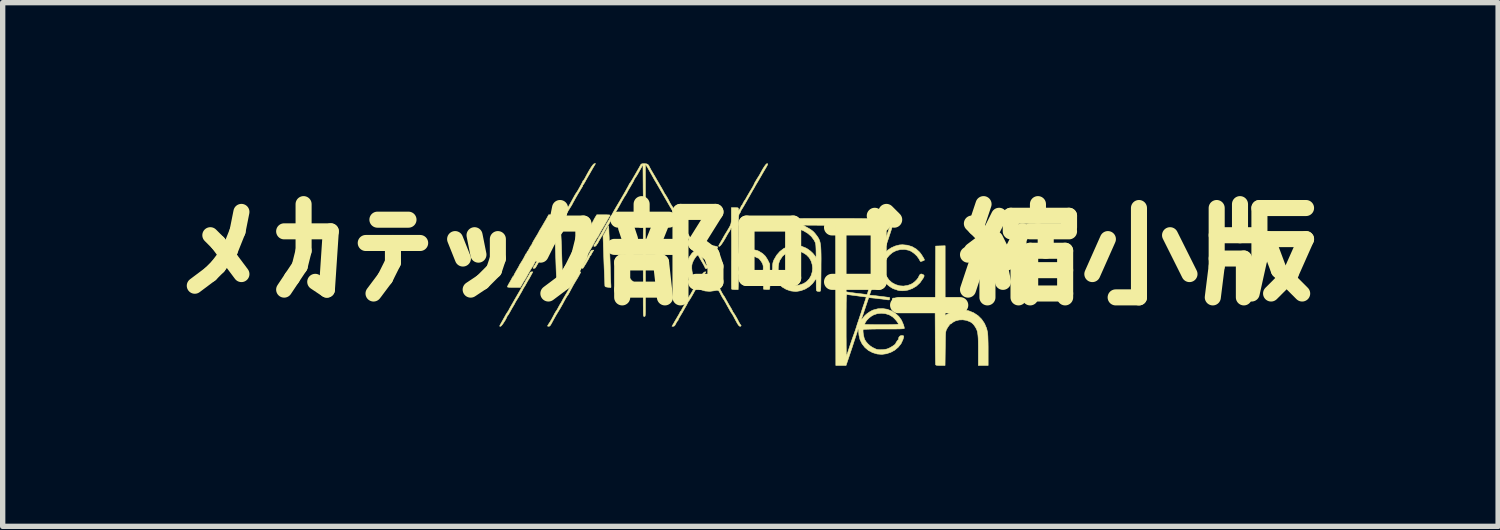
<source format=kicad_pcb>
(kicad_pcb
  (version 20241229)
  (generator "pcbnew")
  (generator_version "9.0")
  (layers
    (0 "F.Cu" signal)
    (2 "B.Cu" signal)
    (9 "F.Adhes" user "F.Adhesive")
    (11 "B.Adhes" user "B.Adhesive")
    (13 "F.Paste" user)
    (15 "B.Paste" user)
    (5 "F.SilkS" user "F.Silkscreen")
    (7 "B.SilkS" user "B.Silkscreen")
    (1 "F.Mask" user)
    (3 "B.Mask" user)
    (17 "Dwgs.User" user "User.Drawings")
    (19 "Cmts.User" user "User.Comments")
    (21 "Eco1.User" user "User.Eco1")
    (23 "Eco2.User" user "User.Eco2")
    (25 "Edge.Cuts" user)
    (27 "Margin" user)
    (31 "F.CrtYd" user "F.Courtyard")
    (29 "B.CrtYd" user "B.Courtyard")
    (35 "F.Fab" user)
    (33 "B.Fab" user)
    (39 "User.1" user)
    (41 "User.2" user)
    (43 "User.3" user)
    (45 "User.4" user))
  (footprint "メカテック部ロゴ_縮小版"
    (layer "F.Cu")
    (at 10.966 1.815)
    (property "Reference" "メカテック部ロゴ_縮小版" (at 0 0 0) (layer "F.SilkS") (effects (font (size 1.524 1.524) (thickness 0.3))))
    (attr through_hole)
    (fp_poly (pts (xy -3.204 -0.474) (xy -3.203 -0.462) (xy -3.204 -0.461) (xy -3.21 -0.462) (xy -3.211 -0.467) (xy -3.207 -0.476) (xy -3.204 -0.474)) (stroke (width 0.01) (type solid)) (fill yes) (layer "F.SilkS"))
    (fp_poly (pts (xy -0.085 0.36) (xy -0.063 0.367) (xy -0.045 0.372) (xy -0.026 0.38) (xy -0.02 0.387) (xy -0.022 0.394) (xy -0.031 0.394) (xy -0.053 0.389) (xy -0.069 0.384) (xy -0.091 0.374) (xy -0.101 0.364) (xy -0.102 0.363) (xy -0.094 0.358) (xy -0.085 0.36)) (stroke (width 0.01) (type solid)) (fill yes) (layer "F.SilkS"))
    (fp_poly (pts (xy -1.971 -0.984) (xy -1.965 -0.978) (xy -1.963 -0.963) (xy -1.962 -0.936) (xy -1.963 -0.892) (xy -1.963 -0.887) (xy -1.966 -0.834) (xy -1.971 -0.8) (xy -1.979 -0.784) (xy -1.99 -0.785) (xy -1.995 -0.789) (xy -1.998 -0.801) (xy -2 -0.83) (xy -2.001 -0.868) (xy -2.002 -0.891) (xy -2.001 -0.935) (xy -2 -0.963) (xy -1.996 -0.978) (xy -1.99 -0.984) (xy -1.981 -0.986) (xy -1.971 -0.984)) (stroke (width 0.01) (type solid)) (fill yes) (layer "F.SilkS"))
    (fp_poly (pts (xy 2.323 0.297) (xy 2.33 0.307) (xy 2.332 0.322) (xy 2.326 0.345) (xy 2.316 0.377) (xy 2.302 0.418) (xy 2.291 0.444) (xy 2.282 0.457) (xy 2.273 0.461) (xy 2.263 0.459) (xy 2.251 0.455) (xy 2.247 0.447) (xy 2.25 0.429) (xy 2.26 0.399) (xy 2.266 0.384) (xy 2.277 0.351) (xy 2.284 0.324) (xy 2.286 0.313) (xy 2.293 0.293) (xy 2.309 0.288) (xy 2.323 0.297)) (stroke (width 0.01) (type solid)) (fill yes) (layer "F.SilkS"))
    (fp_poly (pts (xy 2.701 0.703) (xy 2.727 0.705) (xy 2.776 0.71) (xy 2.809 0.715) (xy 2.827 0.723) (xy 2.833 0.733) (xy 2.833 0.74) (xy 2.822 0.752) (xy 2.801 0.76) (xy 2.78 0.762) (xy 2.773 0.758) (xy 2.761 0.755) (xy 2.735 0.752) (xy 2.71 0.75) (xy 2.677 0.748) (xy 2.66 0.743) (xy 2.653 0.734) (xy 2.652 0.723) (xy 2.653 0.711) (xy 2.658 0.705) (xy 2.673 0.702) (xy 2.701 0.703)) (stroke (width 0.01) (type solid)) (fill yes) (layer "F.SilkS"))
    (fp_poly (pts (xy -2.951 -0.153) (xy -2.967 -0.126) (xy -2.976 -0.107) (xy -2.977 -0.102) (xy -2.984 -0.092) (xy -2.986 -0.091) (xy -2.996 -0.083) (xy -3.003 -0.069) (xy -3.011 -0.052) (xy -3.026 -0.023) (xy -3.047 0.013) (xy -3.069 0.052) (xy -3.092 0.089) (xy -3.111 0.12) (xy -3.124 0.14) (xy -3.128 0.144) (xy -3.142 0.147) (xy -3.146 0.145) (xy -3.154 0.134) (xy -3.148 0.113) (xy -3.134 0.091) (xy -3.123 0.075) (xy -3.106 0.047) (xy -3.088 0.015) (xy -3.066 -0.024) (xy -3.045 -0.062) (xy -3.031 -0.086) (xy -3.012 -0.12) (xy -2.994 -0.153) (xy -2.99 -0.16) (xy -2.971 -0.186) (xy -2.949 -0.193) (xy -2.926 -0.193) (xy -2.951 -0.153)) (stroke (width 0.01) (type solid)) (fill yes) (layer "F.SilkS"))
    (fp_poly (pts (xy -3.839 -0.191) (xy -3.836 -0.184) (xy -3.841 -0.169) (xy -3.855 -0.143) (xy -3.878 -0.103) (xy -3.886 -0.089) (xy -3.908 -0.052) (xy -3.928 -0.018) (xy -3.941 0.006) (xy -3.942 0.008) (xy -3.954 0.029) (xy -3.97 0.057) (xy -3.988 0.088) (xy -4.004 0.116) (xy -4.016 0.135) (xy -4.019 0.14) (xy -4.029 0.144) (xy -4.042 0.147) (xy -4.057 0.147) (xy -4.057 0.135) (xy -4.057 0.134) (xy -4.045 0.111) (xy -4.038 0.102) (xy -4.027 0.084) (xy -4.01 0.056) (xy -3.998 0.036) (xy -3.976 -0.005) (xy -3.952 -0.048) (xy -3.941 -0.066) (xy -3.923 -0.098) (xy -3.908 -0.125) (xy -3.902 -0.137) (xy -3.88 -0.172) (xy -3.858 -0.191) (xy -3.847 -0.193) (xy -3.839 -0.191)) (stroke (width 0.01) (type solid)) (fill yes) (layer "F.SilkS"))
    (fp_poly (pts (xy -2.65 -0.637) (xy -2.646 -0.615) (xy -2.644 -0.581) (xy -2.644 -0.576) (xy -2.643 -0.544) (xy -2.641 -0.496) (xy -2.638 -0.436) (xy -2.636 -0.368) (xy -2.633 -0.296) (xy -2.632 -0.269) (xy -2.628 -0.183) (xy -2.625 -0.084) (xy -2.621 0.017) (xy -2.618 0.114) (xy -2.616 0.193) (xy -2.614 0.262) (xy -2.612 0.327) (xy -2.61 0.383) (xy -2.608 0.428) (xy -2.606 0.458) (xy -2.606 0.465) (xy -2.605 0.491) (xy -2.607 0.505) (xy -2.609 0.506) (xy -2.622 0.504) (xy -2.649 0.501) (xy -2.667 0.499) (xy -2.697 0.494) (xy -2.712 0.488) (xy -2.718 0.475) (xy -2.719 0.457) (xy -2.72 0.434) (xy -2.721 0.395) (xy -2.723 0.346) (xy -2.726 0.292) (xy -2.726 0.279) (xy -2.731 0.166) (xy -2.736 0.036) (xy -2.741 -0.11) (xy -2.747 -0.266) (xy -2.748 -0.318) (xy -2.753 -0.458) (xy -2.707 -0.54) (xy -2.687 -0.577) (xy -2.672 -0.607) (xy -2.663 -0.626) (xy -2.662 -0.631) (xy -2.655 -0.643) (xy -2.654 -0.644) (xy -2.65 -0.637)) (stroke (width 0.01) (type solid)) (fill yes) (layer "F.SilkS"))
    (fp_poly (pts (xy -3.546 -0.62) (xy -3.545 -0.597) (xy -3.543 -0.562) (xy -3.541 -0.521) (xy -3.541 -0.518) (xy -3.538 -0.459) (xy -3.535 -0.399) (xy -3.532 -0.337) (xy -3.529 -0.27) (xy -3.527 -0.196) (xy -3.524 -0.113) (xy -3.521 -0.019) (xy -3.517 0.09) (xy -3.514 0.214) (xy -3.51 0.338) (xy -3.506 0.508) (xy -3.528 0.506) (xy -3.555 0.504) (xy -3.584 0.501) (xy -3.617 0.497) (xy -3.618 0.413) (xy -3.618 0.37) (xy -3.62 0.331) (xy -3.622 0.303) (xy -3.622 0.3) (xy -3.624 0.279) (xy -3.626 0.243) (xy -3.628 0.195) (xy -3.63 0.139) (xy -3.631 0.107) (xy -3.635 -0.015) (xy -3.639 -0.117) (xy -3.642 -0.203) (xy -3.644 -0.273) (xy -3.646 -0.329) (xy -3.647 -0.374) (xy -3.647 -0.408) (xy -3.647 -0.433) (xy -3.646 -0.452) (xy -3.644 -0.465) (xy -3.642 -0.474) (xy -3.639 -0.482) (xy -3.635 -0.488) (xy -3.631 -0.495) (xy -3.613 -0.528) (xy -3.594 -0.56) (xy -3.592 -0.564) (xy -3.574 -0.592) (xy -3.559 -0.619) (xy -3.559 -0.619) (xy -3.547 -0.645) (xy -3.546 -0.62)) (stroke (width 0.01) (type solid)) (fill yes) (layer "F.SilkS"))
    (fp_poly (pts (xy -3.17 0.218) (xy -3.175 0.23) (xy -3.188 0.254) (xy -3.206 0.288) (xy -3.227 0.325) (xy -3.25 0.363) (xy -3.27 0.395) (xy -3.27 0.396) (xy -3.29 0.429) (xy -3.316 0.474) (xy -3.342 0.523) (xy -3.356 0.548) (xy -3.377 0.588) (xy -3.395 0.621) (xy -3.408 0.643) (xy -3.413 0.65) (xy -3.424 0.664) (xy -3.443 0.695) (xy -3.468 0.739) (xy -3.498 0.795) (xy -3.499 0.798) (xy -3.525 0.844) (xy -3.554 0.895) (xy -3.578 0.935) (xy -3.626 1.014) (xy -3.672 1.095) (xy -3.71 1.166) (xy -3.73 1.201) (xy -3.745 1.221) (xy -3.76 1.229) (xy -3.766 1.229) (xy -3.784 1.227) (xy -3.79 1.224) (xy -3.784 1.213) (xy -3.772 1.193) (xy -3.771 1.191) (xy -3.742 1.147) (xy -3.71 1.093) (xy -3.674 1.025) (xy -3.672 1.021) (xy -3.654 0.987) (xy -3.638 0.96) (xy -3.629 0.946) (xy -3.628 0.945) (xy -3.62 0.934) (xy -3.605 0.91) (xy -3.588 0.878) (xy -3.586 0.874) (xy -3.568 0.841) (xy -3.554 0.816) (xy -3.546 0.803) (xy -3.546 0.803) (xy -3.538 0.791) (xy -3.525 0.769) (xy -3.519 0.757) (xy -3.507 0.735) (xy -3.487 0.7) (xy -3.46 0.654) (xy -3.429 0.602) (xy -3.398 0.549) (xy -3.365 0.492) (xy -3.333 0.438) (xy -3.306 0.391) (xy -3.285 0.353) (xy -3.272 0.331) (xy -3.256 0.3) (xy -3.241 0.276) (xy -3.234 0.267) (xy -3.221 0.246) (xy -3.216 0.234) (xy -3.206 0.222) (xy -3.189 0.213) (xy -3.175 0.212) (xy -3.17 0.218)) (stroke (width 0.01) (type solid)) (fill yes) (layer "F.SilkS"))
    (fp_poly (pts (xy -4.101 0.282) (xy -4.12 0.316) (xy -4.135 0.344) (xy -4.145 0.36) (xy -4.146 0.361) (xy -4.154 0.374) (xy -4.169 0.4) (xy -4.187 0.432) (xy -4.204 0.463) (xy -4.218 0.487) (xy -4.226 0.498) (xy -4.226 0.498) (xy -4.234 0.51) (xy -4.244 0.528) (xy -4.256 0.551) (xy -4.273 0.583) (xy -4.289 0.61) (xy -4.308 0.643) (xy -4.324 0.671) (xy -4.332 0.686) (xy -4.345 0.706) (xy -4.363 0.735) (xy -4.372 0.749) (xy -4.387 0.775) (xy -4.398 0.793) (xy -4.399 0.798) (xy -4.404 0.809) (xy -4.417 0.83) (xy -4.423 0.841) (xy -4.44 0.869) (xy -4.462 0.907) (xy -4.484 0.947) (xy -4.486 0.95) (xy -4.505 0.984) (xy -4.521 1.011) (xy -4.531 1.025) (xy -4.533 1.026) (xy -4.542 1.039) (xy -4.549 1.053) (xy -4.563 1.085) (xy -4.583 1.121) (xy -4.607 1.158) (xy -4.629 1.191) (xy -4.649 1.216) (xy -4.664 1.229) (xy -4.666 1.229) (xy -4.681 1.228) (xy -4.684 1.226) (xy -4.679 1.214) (xy -4.666 1.189) (xy -4.646 1.153) (xy -4.629 1.123) (xy -4.61 1.089) (xy -4.588 1.05) (xy -4.578 1.031) (xy -4.56 1) (xy -4.544 0.975) (xy -4.537 0.965) (xy -4.523 0.944) (xy -4.512 0.925) (xy -4.499 0.899) (xy -4.477 0.86) (xy -4.446 0.806) (xy -4.407 0.738) (xy -4.374 0.681) (xy -4.348 0.636) (xy -4.323 0.594) (xy -4.303 0.559) (xy -4.292 0.54) (xy -4.272 0.505) (xy -4.251 0.469) (xy -4.249 0.465) (xy -4.228 0.429) (xy -4.208 0.393) (xy -4.205 0.389) (xy -4.188 0.359) (xy -4.166 0.321) (xy -4.149 0.293) (xy -4.132 0.262) (xy -4.119 0.237) (xy -4.115 0.225) (xy -4.106 0.216) (xy -4.09 0.213) (xy -4.064 0.213) (xy -4.101 0.282)) (stroke (width 0.01) (type solid)) (fill yes) (layer "F.SilkS"))
    (fp_poly (pts (xy -2.698 -0.853) (xy -2.659 -0.852) (xy -2.632 -0.85) (xy -2.621 -0.848) (xy -2.621 -0.848) (xy -2.626 -0.837) (xy -2.641 -0.81) (xy -2.663 -0.77) (xy -2.692 -0.719) (xy -2.727 -0.658) (xy -2.766 -0.591) (xy -2.776 -0.575) (xy -2.799 -0.535) (xy -2.818 -0.501) (xy -2.831 -0.476) (xy -2.835 -0.467) (xy -2.841 -0.453) (xy -2.848 -0.445) (xy -2.861 -0.428) (xy -2.877 -0.402) (xy -2.881 -0.395) (xy -2.9 -0.362) (xy -2.923 -0.32) (xy -2.948 -0.275) (xy -2.973 -0.231) (xy -2.995 -0.192) (xy -3.012 -0.162) (xy -3.02 -0.148) (xy -3.049 -0.101) (xy -3.071 -0.066) (xy -3.087 -0.037) (xy -3.102 -0.011) (xy -3.119 0.019) (xy -3.136 0.051) (xy -3.155 0.085) (xy -3.174 0.117) (xy -3.18 0.127) (xy -3.203 0.165) (xy -3.231 0.215) (xy -3.257 0.264) (xy -3.272 0.291) (xy -3.287 0.311) (xy -3.289 0.313) (xy -3.3 0.332) (xy -3.302 0.341) (xy -3.307 0.354) (xy -3.311 0.356) (xy -3.321 0.364) (xy -3.328 0.378) (xy -3.338 0.4) (xy -3.355 0.43) (xy -3.376 0.461) (xy -3.395 0.487) (xy -3.408 0.5) (xy -3.42 0.506) (xy -3.435 0.504) (xy -3.445 0.5) (xy -3.452 0.493) (xy -3.457 0.48) (xy -3.46 0.455) (xy -3.462 0.416) (xy -3.464 0.366) (xy -3.465 0.315) (xy -3.467 0.27) (xy -3.469 0.235) (xy -3.471 0.216) (xy -3.471 0.216) (xy -3.472 0.192) (xy -3.467 0.18) (xy -3.457 0.165) (xy -3.441 0.138) (xy -3.427 0.112) (xy -3.405 0.073) (xy -3.379 0.027) (xy -3.358 -0.01) (xy -3.336 -0.049) (xy -3.314 -0.086) (xy -3.298 -0.114) (xy -3.271 -0.162) (xy -3.239 -0.215) (xy -3.207 -0.271) (xy -3.175 -0.327) (xy -3.145 -0.378) (xy -3.119 -0.422) (xy -3.099 -0.455) (xy -3.087 -0.474) (xy -3.086 -0.476) (xy -3.07 -0.502) (xy -3.059 -0.524) (xy -3.051 -0.54) (xy -3.034 -0.57) (xy -3.011 -0.609) (xy -2.988 -0.648) (xy -2.964 -0.688) (xy -2.944 -0.722) (xy -2.931 -0.746) (xy -2.926 -0.756) (xy -2.921 -0.767) (xy -2.909 -0.789) (xy -2.898 -0.807) (xy -2.87 -0.853) (xy -2.746 -0.853) (xy -2.698 -0.853)) (stroke (width 0.01) (type solid)) (fill yes) (layer "F.SilkS"))
    (fp_poly (pts (xy 3.637 1.025) (xy 3.696 0.992) (xy 3.768 0.958) (xy 3.843 0.933) (xy 3.915 0.919) (xy 3.976 0.919) (xy 4.077 0.94) (xy 4.169 0.977) (xy 4.25 1.03) (xy 4.318 1.097) (xy 4.372 1.176) (xy 4.411 1.267) (xy 4.429 1.342) (xy 4.432 1.37) (xy 4.435 1.415) (xy 4.437 1.474) (xy 4.439 1.542) (xy 4.44 1.616) (xy 4.44 1.685) (xy 4.44 1.961) (xy 4.257 1.961) (xy 4.257 1.694) (xy 4.257 1.597) (xy 4.256 1.517) (xy 4.254 1.453) (xy 4.25 1.401) (xy 4.245 1.36) (xy 4.238 1.326) (xy 4.229 1.297) (xy 4.217 1.271) (xy 4.202 1.245) (xy 4.198 1.238) (xy 4.171 1.2) (xy 4.145 1.173) (xy 4.114 1.151) (xy 4.096 1.142) (xy 4.033 1.118) (xy 3.965 1.108) (xy 3.898 1.111) (xy 3.835 1.126) (xy 3.782 1.154) (xy 3.769 1.165) (xy 3.748 1.181) (xy 3.732 1.189) (xy 3.731 1.189) (xy 3.719 1.195) (xy 3.719 1.198) (xy 3.712 1.213) (xy 3.704 1.222) (xy 3.692 1.239) (xy 3.675 1.266) (xy 3.667 1.281) (xy 3.66 1.294) (xy 3.655 1.307) (xy 3.651 1.323) (xy 3.647 1.344) (xy 3.645 1.371) (xy 3.643 1.409) (xy 3.642 1.458) (xy 3.641 1.522) (xy 3.64 1.603) (xy 3.639 1.643) (xy 3.635 1.961) (xy 3.55 1.961) (xy 3.501 1.96) (xy 3.472 1.956) (xy 3.459 1.949) (xy 3.459 1.948) (xy 3.458 1.936) (xy 3.457 1.905) (xy 3.456 1.858) (xy 3.455 1.796) (xy 3.454 1.722) (xy 3.454 1.636) (xy 3.453 1.542) (xy 3.452 1.441) (xy 3.452 1.387) (xy 3.449 0.838) (xy 3.404 0.836) (xy 3.377 0.833) (xy 3.335 0.829) (xy 3.283 0.823) (xy 3.227 0.815) (xy 3.211 0.813) (xy 3.151 0.805) (xy 3.091 0.798) (xy 3.038 0.792) (xy 2.998 0.788) (xy 2.992 0.787) (xy 2.944 0.783) (xy 2.913 0.777) (xy 2.895 0.771) (xy 2.887 0.762) (xy 2.885 0.751) (xy 2.893 0.735) (xy 2.903 0.731) (xy 2.926 0.733) (xy 2.965 0.736) (xy 3.017 0.742) (xy 3.078 0.749) (xy 3.145 0.757) (xy 3.213 0.766) (xy 3.264 0.773) (xy 3.317 0.78) (xy 3.364 0.786) (xy 3.402 0.79) (xy 3.426 0.792) (xy 3.429 0.792) (xy 3.454 0.792) (xy 3.459 -0.269) (xy 3.637 -0.275) (xy 3.637 1.025)) (stroke (width 0.01) (type solid)) (fill yes) (layer "F.SilkS"))
    (fp_poly (pts (xy -2.916 -1.771) (xy -2.937 -1.736) (xy -2.959 -1.698) (xy -2.962 -1.692) (xy -2.98 -1.661) (xy -3.002 -1.622) (xy -3.021 -1.59) (xy -3.045 -1.549) (xy -3.069 -1.506) (xy -3.084 -1.478) (xy -3.102 -1.447) (xy -3.119 -1.42) (xy -3.127 -1.41) (xy -3.136 -1.396) (xy -3.134 -1.392) (xy -3.134 -1.386) (xy -3.142 -1.374) (xy -3.151 -1.361) (xy -3.168 -1.333) (xy -3.19 -1.295) (xy -3.217 -1.251) (xy -3.244 -1.204) (xy -3.271 -1.157) (xy -3.294 -1.115) (xy -3.313 -1.081) (xy -3.325 -1.059) (xy -3.325 -1.057) (xy -3.334 -1.041) (xy -3.35 -1.014) (xy -3.371 -0.981) (xy -3.373 -0.977) (xy -3.393 -0.945) (xy -3.407 -0.922) (xy -3.414 -0.909) (xy -3.414 -0.909) (xy -3.419 -0.899) (xy -3.433 -0.873) (xy -3.456 -0.834) (xy -3.486 -0.784) (xy -3.502 -0.757) (xy -3.515 -0.733) (xy -3.53 -0.706) (xy -3.547 -0.675) (xy -3.566 -0.645) (xy -3.584 -0.614) (xy -3.603 -0.581) (xy -3.604 -0.579) (xy -3.615 -0.558) (xy -3.635 -0.523) (xy -3.661 -0.48) (xy -3.689 -0.431) (xy -3.701 -0.412) (xy -3.728 -0.366) (xy -3.751 -0.325) (xy -3.769 -0.294) (xy -3.778 -0.276) (xy -3.78 -0.272) (xy -3.788 -0.266) (xy -3.801 -0.264) (xy -3.816 -0.269) (xy -3.816 -0.28) (xy -3.809 -0.295) (xy -3.793 -0.323) (xy -3.773 -0.359) (xy -3.759 -0.382) (xy -3.738 -0.419) (xy -3.721 -0.451) (xy -3.71 -0.471) (xy -3.708 -0.477) (xy -3.701 -0.489) (xy -3.701 -0.489) (xy -3.692 -0.5) (xy -3.678 -0.522) (xy -3.663 -0.549) (xy -3.642 -0.587) (xy -3.616 -0.633) (xy -3.593 -0.671) (xy -3.569 -0.711) (xy -3.541 -0.761) (xy -3.514 -0.811) (xy -3.507 -0.823) (xy -3.487 -0.861) (xy -3.47 -0.891) (xy -3.459 -0.91) (xy -3.455 -0.914) (xy -3.447 -0.925) (xy -3.431 -0.95) (xy -3.41 -0.985) (xy -3.387 -1.025) (xy -3.363 -1.067) (xy -3.341 -1.107) (xy -3.333 -1.121) (xy -3.297 -1.187) (xy -3.27 -1.235) (xy -3.251 -1.264) (xy -3.247 -1.27) (xy -3.235 -1.287) (xy -3.218 -1.315) (xy -3.198 -1.351) (xy -3.176 -1.39) (xy -3.156 -1.427) (xy -3.14 -1.458) (xy -3.131 -1.478) (xy -3.129 -1.483) (xy -3.123 -1.493) (xy -3.121 -1.494) (xy -3.112 -1.502) (xy -3.098 -1.523) (xy -3.085 -1.547) (xy -3.044 -1.624) (xy -3.007 -1.689) (xy -2.974 -1.742) (xy -2.947 -1.78) (xy -2.926 -1.802) (xy -2.916 -1.807) (xy -2.893 -1.81) (xy -2.916 -1.771)) (stroke (width 0.01) (type solid)) (fill yes) (layer "F.SilkS"))
    (fp_poly (pts (xy -3.592 -0.853) (xy -3.556 -0.851) (xy -3.535 -0.846) (xy -3.528 -0.837) (xy -3.532 -0.821) (xy -3.545 -0.797) (xy -3.551 -0.787) (xy -3.568 -0.757) (xy -3.583 -0.73) (xy -3.586 -0.723) (xy -3.599 -0.7) (xy -3.618 -0.671) (xy -3.622 -0.666) (xy -3.638 -0.644) (xy -3.647 -0.629) (xy -3.647 -0.627) (xy -3.652 -0.616) (xy -3.665 -0.592) (xy -3.684 -0.559) (xy -3.698 -0.533) (xy -3.72 -0.496) (xy -3.737 -0.465) (xy -3.747 -0.445) (xy -3.749 -0.44) (xy -3.754 -0.429) (xy -3.767 -0.409) (xy -3.77 -0.405) (xy -3.784 -0.385) (xy -3.804 -0.351) (xy -3.828 -0.31) (xy -3.85 -0.272) (xy -3.882 -0.215) (xy -3.915 -0.156) (xy -3.948 -0.1) (xy -3.976 -0.05) (xy -4 -0.009) (xy -4.017 0.019) (xy -4.02 0.025) (xy -4.035 0.052) (xy -4.043 0.069) (xy -4.055 0.092) (xy -4.074 0.122) (xy -4.083 0.135) (xy -4.103 0.167) (xy -4.127 0.207) (xy -4.148 0.246) (xy -4.174 0.294) (xy -4.193 0.327) (xy -4.205 0.348) (xy -4.212 0.36) (xy -4.217 0.366) (xy -4.217 0.366) (xy -4.225 0.377) (xy -4.239 0.4) (xy -4.257 0.432) (xy -4.26 0.437) (xy -4.297 0.503) (xy -4.415 0.503) (xy -4.462 0.503) (xy -4.501 0.501) (xy -4.528 0.498) (xy -4.538 0.495) (xy -4.536 0.483) (xy -4.525 0.459) (xy -4.507 0.427) (xy -4.502 0.419) (xy -4.481 0.382) (xy -4.462 0.348) (xy -4.45 0.324) (xy -4.449 0.323) (xy -4.438 0.303) (xy -4.428 0.295) (xy -4.42 0.287) (xy -4.42 0.284) (xy -4.415 0.271) (xy -4.402 0.245) (xy -4.382 0.21) (xy -4.369 0.187) (xy -4.347 0.15) (xy -4.33 0.12) (xy -4.32 0.101) (xy -4.318 0.096) (xy -4.313 0.085) (xy -4.3 0.064) (xy -4.29 0.048) (xy -4.256 -0.006) (xy -4.227 -0.058) (xy -4.205 -0.101) (xy -4.204 -0.104) (xy -4.193 -0.124) (xy -4.184 -0.132) (xy -4.176 -0.14) (xy -4.176 -0.146) (xy -4.169 -0.165) (xy -4.163 -0.171) (xy -4.151 -0.185) (xy -4.136 -0.212) (xy -4.125 -0.233) (xy -4.11 -0.261) (xy -4.097 -0.28) (xy -4.092 -0.284) (xy -4.085 -0.293) (xy -4.084 -0.298) (xy -4.079 -0.311) (xy -4.066 -0.338) (xy -4.046 -0.374) (xy -4.026 -0.407) (xy -4.001 -0.449) (xy -3.978 -0.486) (xy -3.962 -0.515) (xy -3.955 -0.528) (xy -3.942 -0.553) (xy -3.933 -0.569) (xy -3.917 -0.595) (xy -3.895 -0.631) (xy -3.87 -0.674) (xy -3.844 -0.719) (xy -3.819 -0.761) (xy -3.8 -0.795) (xy -3.787 -0.818) (xy -3.786 -0.82) (xy -3.769 -0.853) (xy -3.647 -0.853) (xy -3.592 -0.853)) (stroke (width 0.01) (type solid)) (fill yes) (layer "F.SilkS"))
    (fp_poly (pts (xy -1.975 -0.751) (xy -1.97 -0.747) (xy -1.966 -0.738) (xy -1.964 -0.721) (xy -1.962 -0.693) (xy -1.961 -0.652) (xy -1.961 -0.596) (xy -1.961 -0.523) (xy -1.961 -0.519) (xy -1.961 -0.287) (xy -1.903 -0.28) (xy -1.824 -0.26) (xy -1.75 -0.223) (xy -1.683 -0.17) (xy -1.627 -0.105) (xy -1.583 -0.03) (xy -1.555 0.052) (xy -1.551 0.069) (xy -1.545 0.102) (xy -1.961 0.102) (xy -1.961 0.479) (xy -1.918 0.472) (xy -1.879 0.462) (xy -1.837 0.444) (xy -1.796 0.423) (xy -1.761 0.4) (xy -1.737 0.378) (xy -1.727 0.359) (xy -1.727 0.358) (xy -1.72 0.343) (xy -1.714 0.338) (xy -1.7 0.322) (xy -1.683 0.29) (xy -1.664 0.247) (xy -1.656 0.226) (xy -1.647 0.206) (xy -1.634 0.196) (xy -1.612 0.193) (xy -1.595 0.193) (xy -1.546 0.193) (xy -1.559 0.248) (xy -1.588 0.331) (xy -1.634 0.407) (xy -1.694 0.471) (xy -1.753 0.514) (xy -1.78 0.528) (xy -1.815 0.543) (xy -1.852 0.558) (xy -1.886 0.57) (xy -1.911 0.577) (xy -1.919 0.578) (xy -1.932 0.576) (xy -1.942 0.577) (xy -1.95 0.582) (xy -1.955 0.595) (xy -1.958 0.617) (xy -1.96 0.651) (xy -1.961 0.699) (xy -1.961 0.764) (xy -1.961 0.813) (xy -1.961 0.887) (xy -1.961 0.944) (xy -1.962 0.986) (xy -1.964 1.014) (xy -1.966 1.032) (xy -1.97 1.042) (xy -1.974 1.046) (xy -1.981 1.046) (xy -1.981 1.046) (xy -1.988 1.046) (xy -1.993 1.042) (xy -1.996 1.033) (xy -1.999 1.015) (xy -2 0.987) (xy -2.001 0.947) (xy -2.001 0.891) (xy -2.002 0.817) (xy -2.002 0.583) (xy -2.06 0.571) (xy -2.148 0.543) (xy -2.228 0.498) (xy -2.297 0.438) (xy -2.353 0.366) (xy -2.373 0.33) (xy -2.386 0.303) (xy -2.394 0.279) (xy -2.399 0.254) (xy -2.402 0.221) (xy -2.403 0.177) (xy -2.403 0.157) (xy -2.316 0.157) (xy -2.315 0.186) (xy -2.309 0.205) (xy -2.307 0.208) (xy -2.301 0.221) (xy -2.303 0.229) (xy -2.302 0.242) (xy -2.297 0.244) (xy -2.29 0.25) (xy -2.291 0.255) (xy -2.29 0.27) (xy -2.278 0.295) (xy -2.257 0.327) (xy -2.23 0.36) (xy -2.218 0.373) (xy -2.159 0.423) (xy -2.09 0.457) (xy -2.083 0.46) (xy -2.055 0.47) (xy -2.034 0.476) (xy -2.02 0.475) (xy -2.01 0.466) (xy -2.005 0.447) (xy -2.002 0.414) (xy -2.001 0.365) (xy -2.002 0.299) (xy -2.002 0.29) (xy -2.002 0.102) (xy -2.153 0.102) (xy -2.211 0.102) (xy -2.252 0.102) (xy -2.279 0.104) (xy -2.296 0.107) (xy -2.304 0.112) (xy -2.309 0.119) (xy -2.31 0.124) (xy -2.316 0.157) (xy -2.403 0.157) (xy -2.403 0.147) (xy -2.403 0.095) (xy -2.401 0.057) (xy -2.399 0.041) (xy -2.296 0.041) (xy -2.002 0.041) (xy -2.002 -0.071) (xy -1.961 -0.071) (xy -1.961 0.041) (xy -1.814 0.041) (xy -1.761 0.04) (xy -1.717 0.039) (xy -1.685 0.038) (xy -1.668 0.036) (xy -1.666 0.035) (xy -1.673 0.015) (xy -1.689 -0.015) (xy -1.712 -0.049) (xy -1.738 -0.081) (xy -1.755 -0.099) (xy -1.783 -0.121) (xy -1.82 -0.143) (xy -1.859 -0.163) (xy -1.897 -0.179) (xy -1.928 -0.188) (xy -1.948 -0.189) (xy -1.95 -0.188) (xy -1.955 -0.175) (xy -1.958 -0.146) (xy -1.96 -0.103) (xy -1.961 -0.071) (xy -2.002 -0.071) (xy -2.002 -0.19) (xy -2.052 -0.177) (xy -2.086 -0.167) (xy -2.116 -0.156) (xy -2.125 -0.151) (xy -2.145 -0.142) (xy -2.155 -0.139) (xy -2.166 -0.134) (xy -2.185 -0.118) (xy -2.209 -0.095) (xy -2.233 -0.07) (xy -2.251 -0.048) (xy -2.256 -0.041) (xy -2.272 -0.011) (xy -2.284 0.013) (xy -2.296 0.041) (xy -2.399 0.041) (xy -2.398 0.029) (xy -2.391 0.005) (xy -2.38 -0.021) (xy -2.369 -0.044) (xy -2.323 -0.117) (xy -2.265 -0.179) (xy -2.197 -0.23) (xy -2.123 -0.264) (xy -2.057 -0.28) (xy -2.002 -0.287) (xy -2.002 -0.519) (xy -2.001 -0.594) (xy -2.001 -0.65) (xy -2 -0.692) (xy -1.999 -0.72) (xy -1.996 -0.737) (xy -1.993 -0.747) (xy -1.988 -0.751) (xy -1.981 -0.752) (xy -1.981 -0.752) (xy -1.975 -0.751)) (stroke (width 0.01) (type solid)) (fill yes) (layer "F.SilkS"))
    (fp_poly (pts (xy -1.943 -1.805) (xy -1.916 -1.794) (xy -1.897 -1.771) (xy -1.89 -1.756) (xy -1.886 -1.748) (xy -1.881 -1.738) (xy -1.875 -1.727) (xy -1.866 -1.71) (xy -1.853 -1.686) (xy -1.834 -1.654) (xy -1.808 -1.61) (xy -1.775 -1.554) (xy -1.734 -1.482) (xy -1.724 -1.466) (xy -1.692 -1.41) (xy -1.663 -1.361) (xy -1.64 -1.32) (xy -1.624 -1.291) (xy -1.616 -1.276) (xy -1.615 -1.274) (xy -1.61 -1.263) (xy -1.597 -1.242) (xy -1.593 -1.237) (xy -1.568 -1.198) (xy -1.538 -1.146) (xy -1.505 -1.081) (xy -1.487 -1.049) (xy -1.469 -1.021) (xy -1.465 -1.015) (xy -1.446 -0.987) (xy -1.431 -0.96) (xy -1.417 -0.933) (xy -1.396 -0.895) (xy -1.371 -0.851) (xy -1.346 -0.807) (xy -1.323 -0.768) (xy -1.306 -0.74) (xy -1.3 -0.731) (xy -1.284 -0.706) (xy -1.265 -0.674) (xy -1.261 -0.665) (xy -1.242 -0.632) (xy -1.22 -0.593) (xy -1.209 -0.574) (xy -1.186 -0.534) (xy -1.162 -0.49) (xy -1.152 -0.472) (xy -1.133 -0.438) (xy -1.108 -0.395) (xy -1.083 -0.353) (xy -1.081 -0.349) (xy -1.06 -0.315) (xy -1.045 -0.288) (xy -1.037 -0.272) (xy -1.036 -0.27) (xy -1.045 -0.265) (xy -1.054 -0.264) (xy -1.064 -0.267) (xy -1.076 -0.278) (xy -1.091 -0.3) (xy -1.113 -0.334) (xy -1.141 -0.383) (xy -1.148 -0.395) (xy -1.16 -0.415) (xy -1.179 -0.448) (xy -1.201 -0.487) (xy -1.213 -0.508) (xy -1.237 -0.55) (xy -1.26 -0.589) (xy -1.278 -0.62) (xy -1.283 -0.63) (xy -1.295 -0.65) (xy -1.315 -0.685) (xy -1.341 -0.729) (xy -1.37 -0.78) (xy -1.395 -0.823) (xy -1.43 -0.884) (xy -1.472 -0.956) (xy -1.517 -1.033) (xy -1.561 -1.109) (xy -1.598 -1.173) (xy -1.635 -1.238) (xy -1.673 -1.303) (xy -1.708 -1.364) (xy -1.739 -1.418) (xy -1.763 -1.459) (xy -1.766 -1.463) (xy -1.792 -1.507) (xy -1.816 -1.55) (xy -1.835 -1.584) (xy -1.844 -1.6) (xy -1.86 -1.628) (xy -1.881 -1.666) (xy -1.905 -1.708) (xy -1.913 -1.722) (xy -1.961 -1.803) (xy -1.961 -1.411) (xy -1.961 -1.311) (xy -1.961 -1.23) (xy -1.961 -1.165) (xy -1.962 -1.116) (xy -1.963 -1.079) (xy -1.965 -1.053) (xy -1.967 -1.036) (xy -1.97 -1.027) (xy -1.973 -1.023) (xy -1.978 -1.022) (xy -1.981 -1.023) (xy -1.986 -1.025) (xy -1.991 -1.029) (xy -1.994 -1.038) (xy -1.997 -1.052) (xy -1.999 -1.075) (xy -2 -1.107) (xy -2.001 -1.152) (xy -2.002 -1.21) (xy -2.003 -1.284) (xy -2.004 -1.376) (xy -2.004 -1.411) (xy -2.007 -1.793) (xy -2.047 -1.719) (xy -2.075 -1.669) (xy -2.095 -1.633) (xy -2.11 -1.606) (xy -2.123 -1.586) (xy -2.135 -1.567) (xy -2.147 -1.55) (xy -2.163 -1.525) (xy -2.173 -1.507) (xy -2.174 -1.502) (xy -2.179 -1.491) (xy -2.192 -1.466) (xy -2.212 -1.431) (xy -2.237 -1.389) (xy -2.24 -1.383) (xy -2.265 -1.341) (xy -2.286 -1.305) (xy -2.3 -1.279) (xy -2.306 -1.267) (xy -2.306 -1.266) (xy -2.312 -1.255) (xy -2.325 -1.234) (xy -2.336 -1.216) (xy -2.358 -1.183) (xy -2.382 -1.141) (xy -2.4 -1.111) (xy -2.431 -1.054) (xy -2.465 -0.993) (xy -2.497 -0.937) (xy -2.51 -0.914) (xy -2.522 -0.894) (xy -2.53 -0.884) (xy -2.538 -0.872) (xy -2.548 -0.853) (xy -2.56 -0.83) (xy -2.578 -0.798) (xy -2.59 -0.777) (xy -2.61 -0.743) (xy -2.628 -0.711) (xy -2.635 -0.696) (xy -2.652 -0.665) (xy -2.669 -0.64) (xy -2.684 -0.618) (xy -2.703 -0.585) (xy -2.722 -0.549) (xy -2.741 -0.514) (xy -2.757 -0.485) (xy -2.768 -0.468) (xy -2.768 -0.467) (xy -2.783 -0.446) (xy -2.787 -0.437) (xy -2.798 -0.418) (xy -2.813 -0.393) (xy -2.814 -0.391) (xy -2.832 -0.361) (xy -2.846 -0.333) (xy -2.856 -0.313) (xy -2.865 -0.305) (xy -2.874 -0.296) (xy -2.878 -0.284) (xy -2.888 -0.272) (xy -2.904 -0.264) (xy -2.92 -0.263) (xy -2.926 -0.27) (xy -2.921 -0.284) (xy -2.91 -0.305) (xy -2.899 -0.322) (xy -2.895 -0.325) (xy -2.887 -0.337) (xy -2.873 -0.359) (xy -2.867 -0.371) (xy -2.847 -0.407) (xy -2.824 -0.445) (xy -2.82 -0.452) (xy -2.804 -0.479) (xy -2.783 -0.517) (xy -2.758 -0.561) (xy -2.742 -0.589) (xy -2.716 -0.635) (xy -2.69 -0.681) (xy -2.667 -0.72) (xy -2.657 -0.736) (xy -2.638 -0.768) (xy -2.623 -0.797) (xy -2.617 -0.81) (xy -2.608 -0.828) (xy -2.6 -0.833) (xy -2.591 -0.841) (xy -2.591 -0.845) (xy -2.586 -0.857) (xy -2.572 -0.884) (xy -2.551 -0.922) (xy -2.524 -0.969) (xy -2.493 -1.022) (xy -2.488 -1.03) (xy -2.447 -1.099) (xy -2.407 -1.167) (xy -2.37 -1.231) (xy -2.336 -1.29) (xy -2.308 -1.341) (xy -2.286 -1.381) (xy -2.271 -1.408) (xy -2.266 -1.421) (xy -2.266 -1.421) (xy -2.26 -1.432) (xy -2.252 -1.442) (xy -2.241 -1.457) (xy -2.223 -1.485) (xy -2.2 -1.523) (xy -2.179 -1.56) (xy -2.152 -1.606) (xy -2.126 -1.652) (xy -2.103 -1.692) (xy -2.091 -1.712) (xy -2.073 -1.744) (xy -2.057 -1.773) (xy -2.05 -1.786) (xy -2.04 -1.799) (xy -2.024 -1.806) (xy -1.996 -1.808) (xy -1.984 -1.808) (xy -1.943 -1.805)) (stroke (width 0.01) (type solid)) (fill yes) (layer "F.SilkS"))
    (fp_poly (pts (xy 0.321 -1.807) (xy 0.323 -1.798) (xy 0.316 -1.781) (xy 0.299 -1.749) (xy 0.297 -1.746) (xy 0.281 -1.718) (xy 0.257 -1.678) (xy 0.23 -1.632) (xy 0.205 -1.588) (xy 0.18 -1.545) (xy 0.158 -1.507) (xy 0.141 -1.478) (xy 0.132 -1.463) (xy 0.132 -1.463) (xy 0.123 -1.448) (xy 0.106 -1.42) (xy 0.085 -1.383) (xy 0.07 -1.356) (xy 0.045 -1.314) (xy 0.022 -1.273) (xy 0.004 -1.242) (xy -0.003 -1.229) (xy -0.016 -1.206) (xy -0.037 -1.17) (xy -0.061 -1.127) (xy -0.082 -1.09) (xy -0.108 -1.045) (xy -0.131 -1.005) (xy -0.151 -0.973) (xy -0.162 -0.956) (xy -0.176 -0.933) (xy -0.183 -0.916) (xy -0.183 -0.914) (xy -0.189 -0.899) (xy -0.203 -0.877) (xy -0.203 -0.877) (xy -0.209 -0.869) (xy -0.213 -0.86) (xy -0.216 -0.847) (xy -0.219 -0.828) (xy -0.221 -0.801) (xy -0.222 -0.764) (xy -0.223 -0.715) (xy -0.223 -0.652) (xy -0.223 -0.572) (xy -0.224 -0.491) (xy -0.223 -0.408) (xy -0.223 -0.332) (xy -0.222 -0.265) (xy -0.22 -0.209) (xy -0.219 -0.166) (xy -0.217 -0.14) (xy -0.215 -0.132) (xy -0.202 -0.136) (xy -0.177 -0.148) (xy -0.144 -0.164) (xy -0.142 -0.165) (xy -0.109 -0.181) (xy -0.081 -0.191) (xy -0.052 -0.196) (xy -0.014 -0.198) (xy 0.014 -0.198) (xy 0.061 -0.197) (xy 0.095 -0.194) (xy 0.123 -0.187) (xy 0.153 -0.175) (xy 0.166 -0.168) (xy 0.228 -0.129) (xy 0.278 -0.081) (xy 0.319 -0.018) (xy 0.328 -0.000265) (xy 0.361 0.066) (xy 0.364 0.301) (xy 0.365 0.379) (xy 0.365 0.439) (xy 0.364 0.483) (xy 0.362 0.513) (xy 0.359 0.531) (xy 0.355 0.539) (xy 0.354 0.54) (xy 0.336 0.542) (xy 0.307 0.542) (xy 0.292 0.541) (xy 0.244 0.536) (xy 0.244 0.388) (xy 0.244 0.33) (xy 0.243 0.29) (xy 0.242 0.266) (xy 0.24 0.255) (xy 0.236 0.254) (xy 0.23 0.262) (xy 0.225 0.269) (xy 0.185 0.318) (xy 0.131 0.358) (xy 0.077 0.382) (xy 0.045 0.391) (xy 0.022 0.394) (xy 0.014 0.393) (xy 0.011 0.382) (xy 0.026 0.375) (xy 0.047 0.373) (xy 0.083 0.366) (xy 0.124 0.347) (xy 0.162 0.321) (xy 0.183 0.301) (xy 0.212 0.261) (xy 0.229 0.223) (xy 0.237 0.178) (xy 0.239 0.152) (xy 0.239 0.111) (xy 0.234 0.081) (xy 0.222 0.053) (xy 0.216 0.041) (xy 0.2 0.016) (xy 0.181 -0.009) (xy 0.163 -0.031) (xy 0.149 -0.044) (xy 0.142 -0.046) (xy 0.142 -0.045) (xy 0.134 -0.047) (xy 0.115 -0.056) (xy 0.106 -0.061) (xy 0.072 -0.075) (xy 0.033 -0.083) (xy 0.028 -0.083) (xy -0.008 -0.082) (xy -0.046 -0.076) (xy -0.082 -0.066) (xy -0.108 -0.054) (xy -0.119 -0.044) (xy -0.131 -0.032) (xy -0.136 -0.03) (xy -0.148 -0.022) (xy -0.166 -0.000403) (xy -0.184 0.029) (xy -0.2 0.061) (xy -0.21 0.089) (xy -0.211 0.091) (xy -0.22 0.14) (xy -0.219 0.179) (xy -0.209 0.215) (xy -0.192 0.249) (xy -0.172 0.282) (xy -0.154 0.309) (xy -0.14 0.323) (xy -0.126 0.338) (xy -0.122 0.348) (xy -0.128 0.349) (xy -0.142 0.339) (xy -0.162 0.321) (xy -0.182 0.299) (xy -0.199 0.278) (xy -0.207 0.264) (xy -0.211 0.257) (xy -0.215 0.261) (xy -0.218 0.278) (xy -0.22 0.309) (xy -0.222 0.358) (xy -0.224 0.391) (xy -0.229 0.544) (xy -0.288 0.544) (xy -0.321 0.542) (xy -0.344 0.538) (xy -0.352 0.533) (xy -0.353 0.521) (xy -0.353 0.491) (xy -0.354 0.444) (xy -0.354 0.383) (xy -0.354 0.308) (xy -0.354 0.223) (xy -0.354 0.128) (xy -0.354 0.027) (xy -0.353 -0.043) (xy -0.353 -0.148) (xy -0.353 -0.247) (xy -0.353 -0.338) (xy -0.353 -0.419) (xy -0.354 -0.488) (xy -0.355 -0.543) (xy -0.356 -0.583) (xy -0.357 -0.605) (xy -0.358 -0.61) (xy -0.366 -0.602) (xy -0.366 -0.599) (xy -0.371 -0.585) (xy -0.384 -0.561) (xy -0.393 -0.546) (xy -0.412 -0.516) (xy -0.428 -0.491) (xy -0.432 -0.483) (xy -0.473 -0.409) (xy -0.509 -0.35) (xy -0.539 -0.305) (xy -0.563 -0.276) (xy -0.579 -0.264) (xy -0.58 -0.264) (xy -0.591 -0.266) (xy -0.593 -0.272) (xy -0.586 -0.288) (xy -0.57 -0.318) (xy -0.547 -0.358) (xy -0.521 -0.403) (xy -0.508 -0.427) (xy -0.485 -0.468) (xy -0.459 -0.511) (xy -0.445 -0.533) (xy -0.413 -0.587) (xy -0.389 -0.628) (xy -0.373 -0.661) (xy -0.363 -0.693) (xy -0.358 -0.728) (xy -0.356 -0.771) (xy -0.356 -0.827) (xy -0.356 -0.838) (xy -0.356 -0.986) (xy -0.29 -0.986) (xy -0.254 -0.985) (xy -0.234 -0.983) (xy -0.226 -0.976) (xy -0.223 -0.964) (xy -0.223 -0.958) (xy -0.223 -0.93) (xy -0.203 -0.955) (xy -0.186 -0.981) (xy -0.177 -1.003) (xy -0.169 -1.021) (xy -0.164 -1.026) (xy -0.155 -1.034) (xy -0.145 -1.054) (xy -0.13 -1.084) (xy -0.114 -1.112) (xy -0.102 -1.128) (xy -0.094 -1.139) (xy -0.081 -1.162) (xy -0.072 -1.179) (xy -0.056 -1.207) (xy -0.033 -1.246) (xy -0.007 -1.291) (xy 0.012 -1.322) (xy 0.036 -1.362) (xy 0.055 -1.396) (xy 0.067 -1.42) (xy 0.071 -1.43) (xy 0.077 -1.444) (xy 0.094 -1.475) (xy 0.123 -1.523) (xy 0.16 -1.581) (xy 0.172 -1.601) (xy 0.188 -1.63) (xy 0.199 -1.651) (xy 0.23 -1.706) (xy 0.259 -1.752) (xy 0.283 -1.786) (xy 0.302 -1.805) (xy 0.31 -1.808) (xy 0.321 -1.807)) (stroke (width 0.01) (type solid)) (fill yes) (layer "F.SilkS"))
    (fp_poly (pts (xy -0.756 -0.28) (xy -0.713 -0.276) (xy -0.672 -0.271) (xy -0.638 -0.263) (xy -0.616 -0.255) (xy -0.61 -0.248) (xy -0.614 -0.237) (xy -0.622 -0.223) (xy -0.63 -0.206) (xy -0.623 -0.195) (xy -0.621 -0.194) (xy -0.616 -0.186) (xy -0.619 -0.17) (xy -0.63 -0.143) (xy -0.642 -0.121) (xy -0.66 -0.087) (xy -0.675 -0.061) (xy -0.684 -0.046) (xy -0.684 -0.046) (xy -0.692 -0.033) (xy -0.708 -0.007) (xy -0.729 0.028) (xy -0.746 0.056) (xy -0.778 0.107) (xy -0.804 0.139) (xy -0.825 0.153) (xy -0.84 0.148) (xy -0.849 0.131) (xy -0.857 0.113) (xy -0.873 0.083) (xy -0.894 0.045) (xy -0.909 0.02) (xy -0.932 -0.019) (xy -0.951 -0.053) (xy -0.964 -0.077) (xy -0.968 -0.085) (xy -0.978 -0.099) (xy -0.991 -0.097) (xy -1.011 -0.079) (xy -1.023 -0.064) (xy -1.045 -0.032) (xy -1.063 -0.001) (xy -1.08 0.038) (xy -1.088 0.059) (xy -1.095 0.096) (xy -1.096 0.144) (xy -1.091 0.197) (xy -1.081 0.248) (xy -1.068 0.286) (xy -1.047 0.324) (xy -1.025 0.356) (xy -1.004 0.377) (xy -0.989 0.385) (xy -0.987 0.385) (xy -0.977 0.375) (xy -0.96 0.351) (xy -0.938 0.319) (xy -0.926 0.3) (xy -0.898 0.256) (xy -0.876 0.229) (xy -0.859 0.216) (xy -0.855 0.215) (xy -0.832 0.212) (xy -0.855 0.251) (xy -0.873 0.28) (xy -0.888 0.305) (xy -0.891 0.31) (xy -0.921 0.36) (xy -0.939 0.395) (xy -0.947 0.416) (xy -0.946 0.425) (xy -0.927 0.44) (xy -0.893 0.453) (xy -0.849 0.464) (xy -0.8 0.472) (xy -0.753 0.475) (xy -0.711 0.473) (xy -0.685 0.467) (xy -0.66 0.458) (xy -0.683 0.414) (xy -0.698 0.388) (xy -0.71 0.371) (xy -0.713 0.367) (xy -0.721 0.356) (xy -0.721 0.356) (xy -0.726 0.343) (xy -0.738 0.319) (xy -0.756 0.287) (xy -0.757 0.284) (xy -0.774 0.253) (xy -0.787 0.229) (xy -0.792 0.218) (xy -0.792 0.217) (xy -0.784 0.214) (xy -0.774 0.213) (xy -0.759 0.221) (xy -0.738 0.247) (xy -0.712 0.289) (xy -0.707 0.297) (xy -0.68 0.345) (xy -0.66 0.379) (xy -0.646 0.404) (xy -0.634 0.423) (xy -0.624 0.441) (xy -0.611 0.46) (xy -0.61 0.462) (xy -0.59 0.496) (xy -0.568 0.536) (xy -0.558 0.554) (xy -0.531 0.606) (xy -0.511 0.64) (xy -0.499 0.658) (xy -0.497 0.66) (xy -0.489 0.671) (xy -0.475 0.695) (xy -0.457 0.728) (xy -0.452 0.737) (xy -0.426 0.783) (xy -0.398 0.833) (xy -0.374 0.872) (xy -0.355 0.904) (xy -0.342 0.93) (xy -0.335 0.943) (xy -0.335 0.944) (xy -0.33 0.956) (xy -0.316 0.977) (xy -0.306 0.991) (xy -0.288 1.019) (xy -0.265 1.058) (xy -0.241 1.101) (xy -0.234 1.115) (xy -0.215 1.152) (xy -0.198 1.182) (xy -0.186 1.201) (xy -0.182 1.204) (xy -0.173 1.217) (xy -0.181 1.227) (xy -0.192 1.229) (xy -0.203 1.227) (xy -0.215 1.217) (xy -0.229 1.199) (xy -0.248 1.169) (xy -0.272 1.125) (xy -0.295 1.082) (xy -0.315 1.044) (xy -0.334 1.011) (xy -0.347 0.99) (xy -0.35 0.986) (xy -0.357 0.977) (xy -0.366 0.963) (xy -0.378 0.943) (xy -0.395 0.912) (xy -0.419 0.869) (xy -0.451 0.812) (xy -0.455 0.803) (xy -0.474 0.77) (xy -0.488 0.745) (xy -0.497 0.732) (xy -0.497 0.731) (xy -0.507 0.718) (xy -0.522 0.693) (xy -0.54 0.661) (xy -0.557 0.628) (xy -0.567 0.608) (xy -0.584 0.576) (xy -0.604 0.56) (xy -0.631 0.557) (xy -0.67 0.565) (xy -0.671 0.565) (xy -0.759 0.577) (xy -0.847 0.57) (xy -0.934 0.544) (xy -0.965 0.529) (xy -1.005 0.509) (xy -1.03 0.551) (xy -1.067 0.617) (xy -1.095 0.666) (xy -1.116 0.702) (xy -1.131 0.726) (xy -1.141 0.742) (xy -1.147 0.75) (xy -1.149 0.752) (xy -1.159 0.765) (xy -1.168 0.783) (xy -1.178 0.804) (xy -1.195 0.836) (xy -1.214 0.869) (xy -1.233 0.902) (xy -1.248 0.929) (xy -1.257 0.944) (xy -1.265 0.96) (xy -1.281 0.987) (xy -1.302 1.021) (xy -1.307 1.03) (xy -1.328 1.065) (xy -1.343 1.094) (xy -1.351 1.112) (xy -1.351 1.115) (xy -1.357 1.127) (xy -1.36 1.128) (xy -1.369 1.136) (xy -1.382 1.158) (xy -1.393 1.179) (xy -1.41 1.21) (xy -1.425 1.225) (xy -1.441 1.229) (xy -1.465 1.229) (xy -1.431 1.171) (xy -1.409 1.132) (xy -1.382 1.086) (xy -1.356 1.042) (xy -1.355 1.04) (xy -1.334 1.005) (xy -1.319 0.976) (xy -1.311 0.958) (xy -1.311 0.956) (xy -1.303 0.945) (xy -1.3 0.945) (xy -1.291 0.937) (xy -1.29 0.935) (xy -1.285 0.922) (xy -1.273 0.897) (xy -1.258 0.872) (xy -1.227 0.818) (xy -1.203 0.778) (xy -1.186 0.747) (xy -1.173 0.722) (xy -1.17 0.716) (xy -1.153 0.685) (xy -1.134 0.656) (xy -1.114 0.625) (xy -1.097 0.595) (xy -1.08 0.565) (xy -1.061 0.532) (xy -1.058 0.527) (xy -1.035 0.489) (xy -1.08 0.44) (xy -1.122 0.388) (xy -1.152 0.342) (xy -1.173 0.295) (xy -1.184 0.258) (xy -1.198 0.167) (xy -1.193 0.077) (xy -1.18 0.024) (xy -1.143 -0.063) (xy -1.093 -0.133) (xy -0.939 -0.133) (xy -0.936 -0.122) (xy -0.926 -0.098) (xy -0.91 -0.064) (xy -0.89 -0.025) (xy -0.87 0.015) (xy -0.85 0.052) (xy -0.833 0.081) (xy -0.822 0.098) (xy -0.818 0.102) (xy -0.812 0.094) (xy -0.798 0.072) (xy -0.779 0.042) (xy -0.773 0.032) (xy -0.754 -0.002) (xy -0.739 -0.03) (xy -0.732 -0.047) (xy -0.732 -0.048) (xy -0.724 -0.064) (xy -0.719 -0.068) (xy -0.708 -0.08) (xy -0.693 -0.103) (xy -0.677 -0.13) (xy -0.665 -0.154) (xy -0.66 -0.166) (xy -0.661 -0.169) (xy -0.667 -0.171) (xy -0.68 -0.172) (xy -0.705 -0.174) (xy -0.745 -0.176) (xy -0.767 -0.177) (xy -0.804 -0.178) (xy -0.833 -0.177) (xy -0.848 -0.174) (xy -0.848 -0.174) (xy -0.867 -0.167) (xy -0.869 -0.166) (xy -0.893 -0.159) (xy -0.919 -0.148) (xy -0.937 -0.136) (xy -0.939 -0.133) (xy -1.093 -0.133) (xy -1.092 -0.135) (xy -1.025 -0.195) (xy -0.949 -0.239) (xy -0.902 -0.26) (xy -0.862 -0.272) (xy -0.819 -0.278) (xy -0.795 -0.28) (xy -0.756 -0.28)) (stroke (width 0.01) (type solid)) (fill yes) (layer "F.SilkS"))
    (fp_poly (pts (xy 1.515 -0.785) (xy 1.655 -0.785) (xy 1.797 -0.785) (xy 1.934 -0.784) (xy 2.063 -0.783) (xy 2.129 -0.782) (xy 2.657 -0.777) (xy 2.66 -0.72) (xy 2.66 -0.7) (xy 2.658 -0.678) (xy 2.653 -0.65) (xy 2.644 -0.616) (xy 2.63 -0.57) (xy 2.611 -0.512) (xy 2.587 -0.439) (xy 2.581 -0.421) (xy 2.558 -0.353) (xy 2.537 -0.29) (xy 2.519 -0.236) (xy 2.505 -0.193) (xy 2.496 -0.164) (xy 2.493 -0.153) (xy 2.485 -0.128) (xy 2.477 -0.114) (xy 2.47 -0.1) (xy 2.471 -0.096) (xy 2.479 -0.101) (xy 2.496 -0.118) (xy 2.514 -0.14) (xy 2.565 -0.193) (xy 2.631 -0.237) (xy 2.705 -0.27) (xy 2.782 -0.29) (xy 2.839 -0.294) (xy 2.934 -0.285) (xy 3.02 -0.258) (xy 3.096 -0.214) (xy 3.154 -0.161) (xy 3.177 -0.134) (xy 3.2 -0.101) (xy 3.221 -0.067) (xy 3.239 -0.038) (xy 3.249 -0.016) (xy 3.249 -0.006) (xy 3.235 0.001) (xy 3.213 0.01) (xy 3.191 0.017) (xy 3.178 0.019) (xy 3.176 0.019) (xy 3.17 0.009) (xy 3.157 -0.013) (xy 3.147 -0.032) (xy 3.11 -0.083) (xy 3.062 -0.129) (xy 3.01 -0.167) (xy 2.964 -0.189) (xy 2.884 -0.206) (xy 2.803 -0.204) (xy 2.726 -0.186) (xy 2.655 -0.15) (xy 2.597 -0.101) (xy 2.554 -0.05) (xy 2.526 0.000262) (xy 2.511 0.055) (xy 2.505 0.122) (xy 2.505 0.137) (xy 2.506 0.183) (xy 2.509 0.215) (xy 2.515 0.242) (xy 2.527 0.27) (xy 2.54 0.293) (xy 2.585 0.361) (xy 2.642 0.413) (xy 2.71 0.45) (xy 2.786 0.473) (xy 2.859 0.478) (xy 2.937 0.466) (xy 2.999 0.444) (xy 3.036 0.423) (xy 3.075 0.392) (xy 3.109 0.357) (xy 3.134 0.324) (xy 3.14 0.312) (xy 3.157 0.275) (xy 3.175 0.256) (xy 3.195 0.252) (xy 3.209 0.257) (xy 3.234 0.269) (xy 3.244 0.281) (xy 3.242 0.299) (xy 3.228 0.328) (xy 3.222 0.337) (xy 3.167 0.416) (xy 3.101 0.478) (xy 3.023 0.524) (xy 2.943 0.553) (xy 2.889 0.563) (xy 2.834 0.566) (xy 2.782 0.563) (xy 2.742 0.553) (xy 2.734 0.549) (xy 2.71 0.54) (xy 2.688 0.534) (xy 2.662 0.524) (xy 2.626 0.503) (xy 2.588 0.476) (xy 2.553 0.447) (xy 2.531 0.424) (xy 2.511 0.401) (xy 2.494 0.382) (xy 2.492 0.38) (xy 2.478 0.36) (xy 2.462 0.328) (xy 2.445 0.289) (xy 2.431 0.25) (xy 2.423 0.224) (xy 2.418 0.192) (xy 2.416 0.152) (xy 2.415 0.132) (xy 2.416 0.076) (xy 2.389 0.157) (xy 2.376 0.196) (xy 2.364 0.228) (xy 2.356 0.248) (xy 2.354 0.251) (xy 2.34 0.258) (xy 2.324 0.253) (xy 2.316 0.239) (xy 2.32 0.228) (xy 2.328 0.2) (xy 2.342 0.158) (xy 2.36 0.103) (xy 2.381 0.038) (xy 2.404 -0.034) (xy 2.429 -0.111) (xy 2.456 -0.191) (xy 2.482 -0.271) (xy 2.508 -0.35) (xy 2.533 -0.424) (xy 2.555 -0.491) (xy 2.575 -0.55) (xy 2.591 -0.597) (xy 2.602 -0.63) (xy 2.608 -0.646) (xy 2.607 -0.65) (xy 2.599 -0.653) (xy 2.583 -0.655) (xy 2.558 -0.657) (xy 2.52 -0.658) (xy 2.47 -0.659) (xy 2.405 -0.66) (xy 2.323 -0.66) (xy 2.222 -0.66) (xy 2.201 -0.66) (xy 1.788 -0.66) (xy 1.788 0.586) (xy 1.867 0.598) (xy 1.915 0.604) (xy 1.973 0.612) (xy 2.03 0.619) (xy 2.042 0.62) (xy 2.086 0.625) (xy 2.125 0.63) (xy 2.153 0.635) (xy 2.16 0.636) (xy 2.176 0.637) (xy 2.185 0.625) (xy 2.19 0.608) (xy 2.199 0.573) (xy 2.211 0.541) (xy 2.221 0.519) (xy 2.232 0.513) (xy 2.244 0.518) (xy 2.255 0.524) (xy 2.259 0.533) (xy 2.257 0.549) (xy 2.248 0.578) (xy 2.245 0.586) (xy 2.234 0.617) (xy 2.227 0.638) (xy 2.225 0.646) (xy 2.234 0.648) (xy 2.259 0.651) (xy 2.294 0.654) (xy 2.299 0.655) (xy 2.342 0.659) (xy 2.396 0.666) (xy 2.453 0.673) (xy 2.482 0.676) (xy 2.527 0.682) (xy 2.564 0.687) (xy 2.588 0.69) (xy 2.596 0.691) (xy 2.601 0.699) (xy 2.6 0.716) (xy 2.596 0.731) (xy 2.593 0.735) (xy 2.58 0.736) (xy 2.553 0.734) (xy 2.53 0.73) (xy 2.503 0.726) (xy 2.464 0.721) (xy 2.418 0.716) (xy 2.368 0.71) (xy 2.319 0.704) (xy 2.274 0.7) (xy 2.238 0.696) (xy 2.215 0.694) (xy 2.209 0.694) (xy 2.206 0.704) (xy 2.197 0.73) (xy 2.184 0.769) (xy 2.167 0.819) (xy 2.148 0.875) (xy 2.147 0.879) (xy 2.127 0.937) (xy 2.11 0.99) (xy 2.095 1.033) (xy 2.084 1.064) (xy 2.078 1.079) (xy 2.078 1.079) (xy 2.074 1.095) (xy 2.08 1.096) (xy 2.093 1.085) (xy 2.11 1.064) (xy 2.11 1.062) (xy 2.139 1.028) (xy 2.18 0.992) (xy 2.228 0.959) (xy 2.276 0.932) (xy 2.294 0.925) (xy 2.381 0.902) (xy 2.468 0.898) (xy 2.553 0.911) (xy 2.634 0.941) (xy 2.707 0.986) (xy 2.771 1.045) (xy 2.822 1.116) (xy 2.858 1.199) (xy 2.86 1.205) (xy 2.869 1.236) (xy 2.874 1.26) (xy 2.875 1.267) (xy 2.871 1.271) (xy 2.857 1.274) (xy 2.833 1.276) (xy 2.796 1.278) (xy 2.745 1.279) (xy 2.678 1.28) (xy 2.594 1.28) (xy 2.496 1.28) (xy 2.382 1.28) (xy 2.288 1.281) (xy 2.213 1.283) (xy 2.157 1.285) (xy 2.122 1.287) (xy 2.107 1.291) (xy 2.107 1.291) (xy 2.103 1.306) (xy 2.104 1.335) (xy 2.108 1.373) (xy 2.116 1.413) (xy 2.125 1.451) (xy 2.135 1.478) (xy 2.158 1.515) (xy 2.193 1.556) (xy 2.234 1.593) (xy 2.275 1.621) (xy 2.284 1.626) (xy 2.315 1.641) (xy 2.34 1.653) (xy 2.349 1.657) (xy 2.377 1.664) (xy 2.418 1.667) (xy 2.465 1.666) (xy 2.512 1.661) (xy 2.551 1.653) (xy 2.582 1.641) (xy 2.618 1.623) (xy 2.653 1.602) (xy 2.684 1.581) (xy 2.705 1.563) (xy 2.713 1.552) (xy 2.718 1.538) (xy 2.732 1.516) (xy 2.748 1.494) (xy 2.762 1.478) (xy 2.766 1.475) (xy 2.769 1.465) (xy 2.768 1.462) (xy 2.768 1.447) (xy 2.778 1.427) (xy 2.798 1.408) (xy 2.827 1.402) (xy 2.83 1.402) (xy 2.851 1.404) (xy 2.862 1.411) (xy 2.863 1.427) (xy 2.855 1.457) (xy 2.848 1.479) (xy 2.813 1.554) (xy 2.761 1.619) (xy 2.697 1.674) (xy 2.622 1.715) (xy 2.541 1.742) (xy 2.456 1.754) (xy 2.37 1.747) (xy 2.369 1.747) (xy 2.282 1.721) (xy 2.204 1.68) (xy 2.138 1.624) (xy 2.085 1.556) (xy 2.047 1.479) (xy 2.027 1.394) (xy 2.025 1.369) (xy 2.021 1.322) (xy 2.018 1.293) (xy 2.014 1.281) (xy 2.01 1.285) (xy 2.008 1.291) (xy 1.986 1.36) (xy 1.959 1.442) (xy 1.929 1.533) (xy 1.898 1.629) (xy 1.866 1.723) (xy 1.854 1.76) (xy 1.786 1.961) (xy 1.595 1.961) (xy 1.594 1.21) (xy 1.788 1.21) (xy 1.788 1.316) (xy 1.788 1.416) (xy 1.789 1.508) (xy 1.789 1.59) (xy 1.79 1.66) (xy 1.79 1.717) (xy 1.791 1.758) (xy 1.792 1.782) (xy 1.792 1.787) (xy 1.796 1.777) (xy 1.806 1.75) (xy 1.82 1.71) (xy 1.836 1.66) (xy 1.854 1.605) (xy 1.874 1.546) (xy 1.892 1.492) (xy 1.908 1.447) (xy 1.92 1.413) (xy 1.926 1.397) (xy 1.934 1.376) (xy 1.945 1.345) (xy 1.958 1.308) (xy 1.97 1.271) (xy 1.98 1.24) (xy 1.986 1.221) (xy 1.986 1.219) (xy 1.99 1.208) (xy 1.995 1.193) (xy 2.134 1.193) (xy 2.143 1.195) (xy 2.171 1.196) (xy 2.214 1.197) (xy 2.27 1.198) (xy 2.337 1.199) (xy 2.411 1.199) (xy 2.449 1.199) (xy 2.547 1.199) (xy 2.626 1.198) (xy 2.687 1.196) (xy 2.729 1.194) (xy 2.754 1.192) (xy 2.763 1.188) (xy 2.764 1.188) (xy 2.757 1.169) (xy 2.739 1.142) (xy 2.713 1.11) (xy 2.684 1.079) (xy 2.655 1.053) (xy 2.653 1.051) (xy 2.592 1.015) (xy 2.52 0.993) (xy 2.444 0.986) (xy 2.369 0.993) (xy 2.3 1.017) (xy 2.255 1.043) (xy 2.212 1.077) (xy 2.176 1.114) (xy 2.149 1.151) (xy 2.135 1.184) (xy 2.134 1.193) (xy 1.995 1.193) (xy 1.998 1.182) (xy 2.011 1.144) (xy 2.026 1.099) (xy 2.027 1.097) (xy 2.042 1.051) (xy 2.055 1.012) (xy 2.065 0.984) (xy 2.069 0.97) (xy 2.069 0.97) (xy 2.073 0.957) (xy 2.082 0.929) (xy 2.095 0.889) (xy 2.111 0.841) (xy 2.118 0.823) (xy 2.134 0.774) (xy 2.148 0.732) (xy 2.158 0.702) (xy 2.164 0.686) (xy 2.164 0.684) (xy 2.16 0.683) (xy 2.145 0.681) (xy 2.119 0.677) (xy 2.079 0.672) (xy 2.024 0.665) (xy 1.951 0.655) (xy 1.905 0.649) (xy 1.864 0.644) (xy 1.83 0.639) (xy 1.808 0.634) (xy 1.806 0.634) (xy 1.802 0.634) (xy 1.799 0.636) (xy 1.796 0.644) (xy 1.794 0.657) (xy 1.792 0.678) (xy 1.791 0.708) (xy 1.79 0.748) (xy 1.789 0.801) (xy 1.789 0.868) (xy 1.788 0.949) (xy 1.788 1.048) (xy 1.788 1.164) (xy 1.788 1.21) (xy 1.594 1.21) (xy 1.59 -0.655) (xy 1.285 -0.658) (xy 0.98 -0.66) (xy 1.058 -0.617) (xy 1.107 -0.589) (xy 1.143 -0.565) (xy 1.172 -0.542) (xy 1.199 -0.514) (xy 1.22 -0.488) (xy 1.243 -0.458) (xy 1.262 -0.431) (xy 1.278 -0.403) (xy 1.291 -0.373) (xy 1.301 -0.339) (xy 1.308 -0.298) (xy 1.314 -0.249) (xy 1.317 -0.19) (xy 1.319 -0.118) (xy 1.32 -0.031) (xy 1.319 0.072) (xy 1.319 0.162) (xy 1.318 0.265) (xy 1.317 0.349) (xy 1.316 0.416) (xy 1.315 0.468) (xy 1.314 0.508) (xy 1.312 0.536) (xy 1.31 0.556) (xy 1.307 0.568) (xy 1.303 0.574) (xy 1.299 0.577) (xy 1.297 0.577) (xy 1.273 0.578) (xy 1.254 0.575) (xy 1.243 0.571) (xy 1.236 0.565) (xy 1.232 0.553) (xy 1.23 0.53) (xy 1.229 0.493) (xy 1.229 0.449) (xy 1.229 0.399) (xy 1.228 0.366) (xy 1.226 0.349) (xy 1.223 0.344) (xy 1.218 0.35) (xy 1.211 0.361) (xy 1.161 0.43) (xy 1.097 0.489) (xy 1.021 0.535) (xy 0.939 0.565) (xy 0.855 0.579) (xy 0.838 0.579) (xy 0.753 0.569) (xy 0.671 0.541) (xy 0.595 0.497) (xy 0.528 0.438) (xy 0.472 0.368) (xy 0.445 0.317) (xy 0.43 0.283) (xy 0.421 0.255) (xy 0.416 0.225) (xy 0.413 0.186) (xy 0.413 0.165) (xy 0.519 0.165) (xy 0.522 0.204) (xy 0.525 0.235) (xy 0.529 0.254) (xy 0.529 0.254) (xy 0.571 0.331) (xy 0.625 0.391) (xy 0.689 0.434) (xy 0.751 0.457) (xy 0.83 0.468) (xy 0.911 0.46) (xy 0.989 0.433) (xy 0.991 0.433) (xy 1.052 0.393) (xy 1.1 0.341) (xy 1.134 0.281) (xy 1.154 0.214) (xy 1.161 0.144) (xy 1.153 0.074) (xy 1.132 0.008) (xy 1.097 -0.053) (xy 1.048 -0.104) (xy 1.001 -0.135) (xy 0.975 -0.148) (xy 0.958 -0.157) (xy 0.955 -0.158) (xy 0.942 -0.162) (xy 0.935 -0.165) (xy 0.887 -0.175) (xy 0.829 -0.176) (xy 0.767 -0.168) (xy 0.708 -0.152) (xy 0.675 -0.138) (xy 0.653 -0.124) (xy 0.628 -0.104) (xy 0.605 -0.085) (xy 0.591 -0.07) (xy 0.589 -0.065) (xy 0.583 -0.052) (xy 0.57 -0.036) (xy 0.547 0.001) (xy 0.53 0.052) (xy 0.521 0.112) (xy 0.519 0.165) (xy 0.413 0.165) (xy 0.413 0.147) (xy 0.414 0.097) (xy 0.417 0.061) (xy 0.423 0.032) (xy 0.433 0.003) (xy 0.441 -0.015) (xy 0.49 -0.099) (xy 0.55 -0.168) (xy 0.62 -0.222) (xy 0.697 -0.259) (xy 0.78 -0.279) (xy 0.865 -0.282) (xy 0.952 -0.267) (xy 1.038 -0.232) (xy 1.072 -0.212) (xy 1.121 -0.176) (xy 1.166 -0.134) (xy 1.201 -0.091) (xy 1.219 -0.059) (xy 1.223 -0.056) (xy 1.226 -0.069) (xy 1.227 -0.101) (xy 1.226 -0.151) (xy 1.226 -0.178) (xy 1.224 -0.235) (xy 1.222 -0.276) (xy 1.219 -0.305) (xy 1.214 -0.328) (xy 1.205 -0.349) (xy 1.193 -0.371) (xy 1.19 -0.378) (xy 1.14 -0.447) (xy 1.073 -0.506) (xy 0.998 -0.551) (xy 0.97 -0.564) (xy 0.946 -0.572) (xy 0.922 -0.577) (xy 0.892 -0.579) (xy 0.851 -0.579) (xy 0.818 -0.578) (xy 0.701 -0.574) (xy 0.701 -0.782) (xy 1.151 -0.785) (xy 1.258 -0.785) (xy 1.382 -0.785) (xy 1.515 -0.785)) (stroke (width 0.01) (type solid)) (fill yes) (layer "F.SilkS")))
  (gr_rect
    (start -3 -3)
    (end 24.931 6.781)
    (stroke (width 0.1) (type default))
    (fill no)
    (layer "Edge.Cuts")))
</source>
